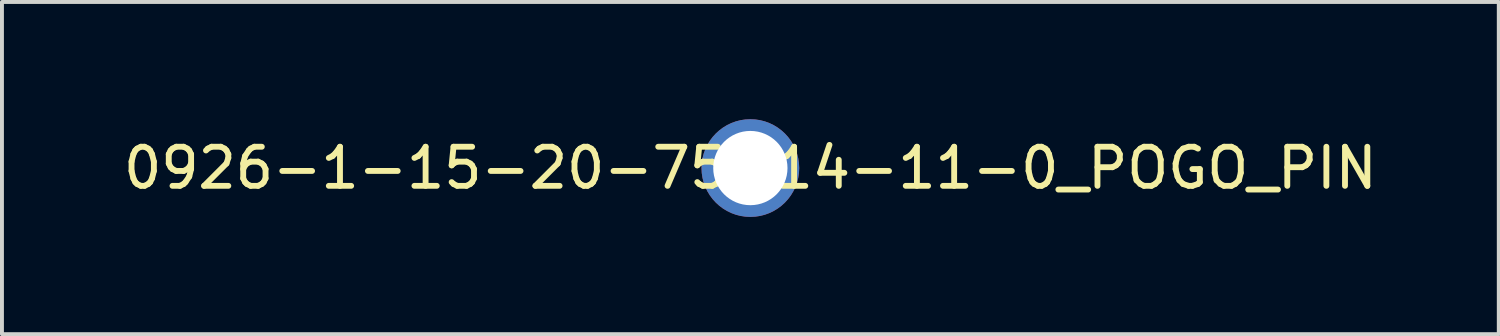
<source format=kicad_pcb>
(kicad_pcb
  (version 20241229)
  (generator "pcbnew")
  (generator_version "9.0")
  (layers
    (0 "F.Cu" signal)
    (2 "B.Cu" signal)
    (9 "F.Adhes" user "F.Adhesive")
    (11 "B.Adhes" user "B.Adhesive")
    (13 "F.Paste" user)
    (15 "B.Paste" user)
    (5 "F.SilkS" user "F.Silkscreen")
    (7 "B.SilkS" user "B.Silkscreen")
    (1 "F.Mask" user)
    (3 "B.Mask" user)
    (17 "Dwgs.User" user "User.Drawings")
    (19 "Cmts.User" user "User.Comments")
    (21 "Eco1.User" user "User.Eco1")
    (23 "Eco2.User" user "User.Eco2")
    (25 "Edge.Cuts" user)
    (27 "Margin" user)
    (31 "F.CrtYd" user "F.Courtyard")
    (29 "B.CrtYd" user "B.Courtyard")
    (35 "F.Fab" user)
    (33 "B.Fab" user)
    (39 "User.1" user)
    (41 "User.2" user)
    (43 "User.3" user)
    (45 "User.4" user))
  (footprint "0926-1-15-20-75-14-11-0_POGO_PIN"
    (layer "F.Cu")
    (at 16.149 1.25)
    (property "Reference" "0926-1-15-20-75-14-11-0_POGO_PIN" (at 0 0 0) (layer "F.SilkS") (effects (font (size 1 1) (thickness 0.15))))
    (attr through_hole)
    (pad "1" thru_hole circle (at 0 0) (size 2.5 2.5) (drill 1.9) (layers "*.Cu" "*.Mask")))
  (gr_rect
    (start -3 -3)
    (end 35.298 5.5)
    (stroke (width 0.1) (type default))
    (fill no)
    (layer "Edge.Cuts")))
</source>
